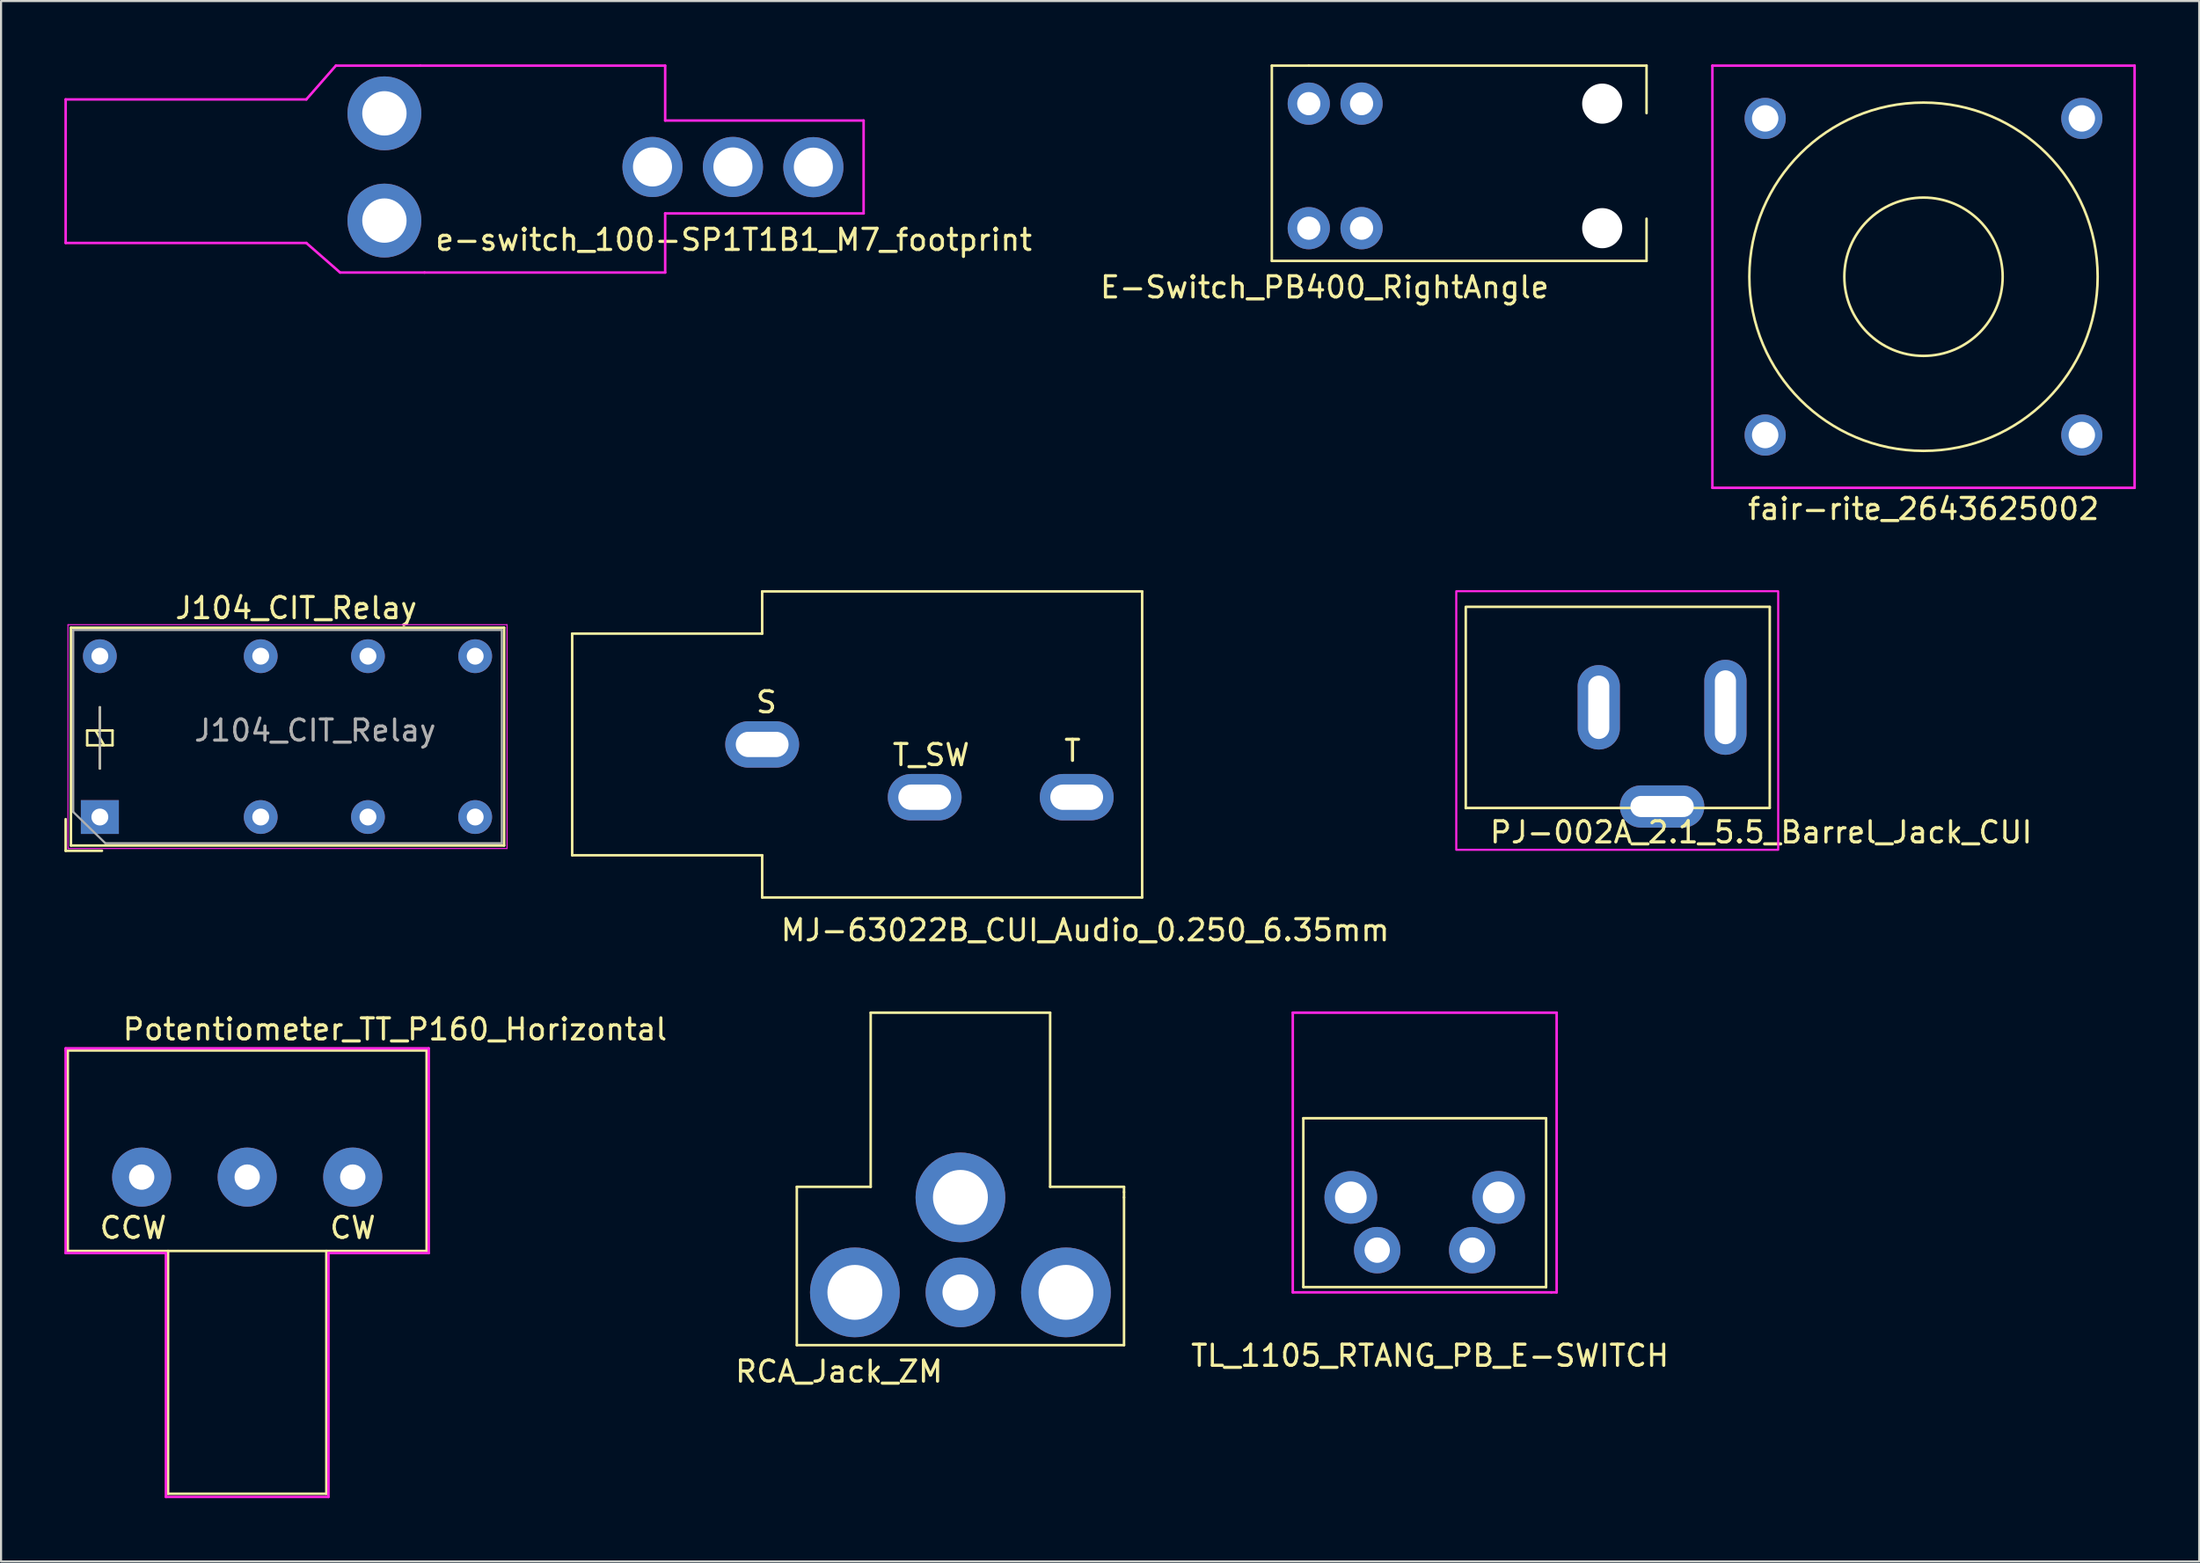
<source format=kicad_pcb>
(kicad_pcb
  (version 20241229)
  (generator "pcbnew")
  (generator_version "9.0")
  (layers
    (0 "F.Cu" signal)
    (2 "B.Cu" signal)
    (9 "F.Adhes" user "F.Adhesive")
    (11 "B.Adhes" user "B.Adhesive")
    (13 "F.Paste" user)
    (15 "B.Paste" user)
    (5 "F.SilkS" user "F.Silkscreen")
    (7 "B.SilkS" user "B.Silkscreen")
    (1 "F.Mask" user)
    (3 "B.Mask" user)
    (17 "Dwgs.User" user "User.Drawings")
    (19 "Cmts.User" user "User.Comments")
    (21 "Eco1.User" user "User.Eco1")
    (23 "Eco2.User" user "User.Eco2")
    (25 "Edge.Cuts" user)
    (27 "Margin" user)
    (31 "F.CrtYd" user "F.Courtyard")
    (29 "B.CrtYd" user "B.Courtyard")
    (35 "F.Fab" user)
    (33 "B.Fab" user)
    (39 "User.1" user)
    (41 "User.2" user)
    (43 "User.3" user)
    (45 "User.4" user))
  (footprint "RCA_Jack_ZM"
    (layer "F.Cu")
    (at 42.446 58.176)
    (property "Reference" "RCA_Jack_ZM" (at -5.75 3.75 0) (layer "F.SilkS") (effects (font (size 1 1) (thickness 0.15))))
    (attr through_hole)
    (fp_line (start -7.75 -5) (end -7.75 2.5) (stroke (width 0.12) (type solid)) (layer "F.SilkS"))
    (fp_line (start -7.75 2.5) (end 7.75 2.5) (stroke (width 0.12) (type solid)) (layer "F.SilkS"))
    (fp_line (start -4.25 -13.25) (end -4.25 -5) (stroke (width 0.12) (type solid)) (layer "F.SilkS"))
    (fp_line (start -4.25 -13.25) (end 4.25 -13.25) (stroke (width 0.12) (type solid)) (layer "F.SilkS"))
    (fp_line (start -4.25 -5) (end -7.75 -5) (stroke (width 0.12) (type solid)) (layer "F.SilkS"))
    (fp_line (start 4.25 -13.25) (end 4.25 -5) (stroke (width 0.12) (type solid)) (layer "F.SilkS"))
    (fp_line (start 7.75 -5) (end 4.25 -5) (stroke (width 0.12) (type solid)) (layer "F.SilkS"))
    (fp_line (start 7.75 -4.75) (end 7.75 -5) (stroke (width 0.12) (type solid)) (layer "F.SilkS"))
    (fp_line (start 7.75 -4.5) (end 7.75 -4.75) (stroke (width 0.12) (type solid)) (layer "F.SilkS"))
    (fp_line (start 7.75 2.5) (end 7.75 -4.5) (stroke (width 0.12) (type solid)) (layer "F.SilkS"))
    (pad "1" thru_hole circle (at 0 0) (size 3.3 3.3) (drill 1.7) (layers "*.Cu" "*.Mask"))
    (pad "2" thru_hole circle (at -5 0) (size 4.25 4.25) (drill 2.6) (layers "*.Cu" "*.Mask"))
    (pad "2" thru_hole circle (at 0 -4.5) (size 4.25 4.25) (drill 2.6) (layers "*.Cu" "*.Mask"))
    (pad "2" thru_hole circle (at 5 0) (size 4.25 4.25) (drill 2.6) (layers "*.Cu" "*.Mask")))
  (footprint "PJ-002A_2.1_5.5_Barrel_Jack_CUI"
    (layer "F.Cu")
    (at 78.685 30.458)
    (property "Reference" "PJ-002A_2.1_5.5_Barrel_Jack_CUI" (at 1.69 5.92 0) (layer "F.SilkS") (effects (font (size 1 1) (thickness 0.15))))
    (attr through_hole)
    (fp_line (start -12.3 4.78) (end -12.3 -4.72) (stroke (width 0.12) (type solid)) (layer "F.SilkS"))
    (fp_line (start 2.1 -4.76) (end -12.3 -4.76) (stroke (width 0.12) (type solid)) (layer "F.SilkS"))
    (fp_line (start 2.1 4.75) (end 2.1 -4.75) (stroke (width 0.12) (type solid)) (layer "F.SilkS"))
    (fp_line (start 2.1 4.77) (end -12.3 4.77) (stroke (width 0.12) (type solid)) (layer "F.SilkS"))
    (fp_poly (pts (xy 2.5 6.75) (xy -12.75 6.75) (xy -12.75 -5.5) (xy 2.5 -5.5)) (stroke (width 0.1) (type solid)) (fill no) (layer "F.CrtYd"))
    (pad "1" thru_hole oval (at 0 0) (size 2 4.5) (drill oval 1 3.5) (layers "*.Cu" "*.Mask"))
    (pad "2" thru_hole oval (at -6 0) (size 2 4) (drill oval 1 3) (layers "*.Cu" "*.Mask"))
    (pad "3" thru_hole oval (at -3 4.7 90) (size 2 4) (drill oval 1 3) (layers "*.Cu" "*.Mask")))
  (footprint "J104_CIT_Relay"
    (layer "F.Cu")
    (at 1.68 35.657)
    (property "Reference" "J104_CIT_Relay" (at 9.3 -9.9 0) (layer "F.SilkS") (effects (font (size 1 1) (thickness 0.15))))
    (attr through_hole)
    (fp_line (start -1.62 1.6) (end -1.62 0.1) (stroke (width 0.12) (type solid)) (layer "F.SilkS"))
    (fp_line (start -1.37 -8.97) (end 19.15 -8.97) (stroke (width 0.12) (type solid)) (layer "F.SilkS"))
    (fp_line (start -1.37 1.35) (end -1.37 -8.97) (stroke (width 0.12) (type solid)) (layer "F.SilkS"))
    (fp_line (start -0.6 -4.1) (end -0.6 -3.4) (stroke (width 0.12) (type solid)) (layer "F.SilkS"))
    (fp_line (start -0.6 -3.4) (end 0.6 -3.4) (stroke (width 0.12) (type solid)) (layer "F.SilkS"))
    (fp_line (start 0 -4.1) (end 0 -5.2) (stroke (width 0.12) (type solid)) (layer "F.SilkS"))
    (fp_line (start 0 -3.4) (end 0 -2.3) (stroke (width 0.12) (type solid)) (layer "F.SilkS"))
    (fp_line (start 0.1 1.6) (end -1.62 1.6) (stroke (width 0.12) (type solid)) (layer "F.SilkS"))
    (fp_line (start 0.2 -3.4) (end -0.2 -4.1) (stroke (width 0.12) (type solid)) (layer "F.SilkS"))
    (fp_line (start 0.6 -4.1) (end -0.6 -4.1) (stroke (width 0.12) (type solid)) (layer "F.SilkS"))
    (fp_line (start 0.6 -3.4) (end 0.6 -4.1) (stroke (width 0.12) (type solid)) (layer "F.SilkS"))
    (fp_line (start 19.15 -8.97) (end 19.15 1.35) (stroke (width 0.12) (type solid)) (layer "F.SilkS"))
    (fp_line (start 19.15 1.35) (end -1.37 1.35) (stroke (width 0.12) (type solid)) (layer "F.SilkS"))
    (fp_line (start -1.51 -9.11) (end -1.51 1.49) (stroke (width 0.05) (type solid)) (layer "F.CrtYd"))
    (fp_line (start -1.51 -9.11) (end 19.29 -9.11) (stroke (width 0.05) (type solid)) (layer "F.CrtYd"))
    (fp_line (start 19.29 1.49) (end -1.51 1.49) (stroke (width 0.05) (type solid)) (layer "F.CrtYd"))
    (fp_line (start 19.29 1.49) (end 19.29 -9.11) (stroke (width 0.05) (type solid)) (layer "F.CrtYd"))
    (fp_line (start -1.26 -8.86) (end 19.04 -8.86) (stroke (width 0.1) (type solid)) (layer "F.Fab"))
    (fp_line (start -1.26 -0.24) (end -1.26 -8.86) (stroke (width 0.1) (type solid)) (layer "F.Fab"))
    (fp_line (start 0 -2.3) (end 0 -5.2) (stroke (width 0.1) (type solid)) (layer "F.Fab"))
    (fp_line (start 0.26 1.24) (end -1.26 -0.24) (stroke (width 0.1) (type solid)) (layer "F.Fab"))
    (fp_line (start 19.04 -8.86) (end 19.04 1.24) (stroke (width 0.1) (type solid)) (layer "F.Fab"))
    (fp_line (start 19.04 1.24) (end 0.26 1.24) (stroke (width 0.1) (type solid)) (layer "F.Fab"))
    (fp_text user "${REFERENCE}" (at 10.2 -4.1 180) (layer "F.Fab") (effects (font (size 1 1) (thickness 0.15))))
    (pad "1" thru_hole rect (at 0 0 90) (size 1.6 1.8) (drill 0.8) (layers "*.Cu" "*.Mask"))
    (pad "2" thru_hole circle (at 7.62 0 90) (size 1.6 1.6) (drill 0.8) (layers "*.Cu" "*.Mask"))
    (pad "3" thru_hole circle (at 12.7 0 90) (size 1.6 1.6) (drill 0.8) (layers "*.Cu" "*.Mask"))
    (pad "4" thru_hole circle (at 17.78 0 90) (size 1.6 1.6) (drill 0.8) (layers "*.Cu" "*.Mask"))
    (pad "5" thru_hole circle (at 17.78 -7.62 180) (size 1.6 1.6) (drill 0.8) (layers "*.Cu" "*.Mask"))
    (pad "6" thru_hole circle (at 12.7 -7.62 90) (size 1.6 1.6) (drill 0.8) (layers "*.Cu" "*.Mask"))
    (pad "7" thru_hole circle (at 7.62 -7.62 90) (size 1.6 1.6) (drill 0.8) (layers "*.Cu" "*.Mask"))
    (pad "8" thru_hole circle (at 0 -7.62 90) (size 1.6 1.6) (drill 0.8) (layers "*.Cu" "*.Mask")))
  (footprint "Potentiometer_TT_P160_Horizontal"
    (layer "F.Cu")
    (at 8.66 52.715)
    (property "Reference" "Potentiometer_TT_P160_Horizontal" (at 7 -7 0) (layer "F.SilkS") (effects (font (size 1 1) (thickness 0.15))))
    (attr through_hole)
    (fp_line (start -8.5 -6) (end -8.5 3.5) (stroke (width 0.12) (type solid)) (layer "F.SilkS"))
    (fp_line (start -8.5 -6) (end 8.5 -6) (stroke (width 0.12) (type solid)) (layer "F.SilkS"))
    (fp_line (start -8.5 3.5) (end 8.5 3.5) (stroke (width 0.12) (type solid)) (layer "F.SilkS"))
    (fp_line (start -3.75 15) (end -3.75 3.5) (stroke (width 0.12) (type solid)) (layer "F.SilkS"))
    (fp_line (start -3.75 15) (end 3.75 15) (stroke (width 0.12) (type solid)) (layer "F.SilkS"))
    (fp_line (start 3.75 15) (end 3.75 3.5) (stroke (width 0.12) (type solid)) (layer "F.SilkS"))
    (fp_line (start 8.5 -6) (end 8.5 3.5) (stroke (width 0.12) (type solid)) (layer "F.SilkS"))
    (fp_line (start -8.6 -6.1) (end -8.6 -6) (stroke (width 0.12) (type solid)) (layer "F.CrtYd"))
    (fp_line (start -8.6 -6) (end -8.6 3.6) (stroke (width 0.12) (type solid)) (layer "F.CrtYd"))
    (fp_line (start -8.6 3.6) (end -3.85 3.6) (stroke (width 0.12) (type solid)) (layer "F.CrtYd"))
    (fp_line (start -3.85 3.65) (end -3.85 15.15) (stroke (width 0.12) (type solid)) (layer "F.CrtYd"))
    (fp_line (start -3.85 15.15) (end 3.85 15.15) (stroke (width 0.12) (type solid)) (layer "F.CrtYd"))
    (fp_line (start 3.85 3.6) (end 8.6 3.6) (stroke (width 0.12) (type solid)) (layer "F.CrtYd"))
    (fp_line (start 3.85 15.15) (end 3.85 3.6) (stroke (width 0.12) (type solid)) (layer "F.CrtYd"))
    (fp_line (start 8.6 -6.1) (end -8.6 -6.1) (stroke (width 0.12) (type solid)) (layer "F.CrtYd"))
    (fp_line (start 8.6 3.6) (end 8.6 -6.1) (stroke (width 0.12) (type solid)) (layer "F.CrtYd"))
    (fp_text user "CCW" (at -5.4 2.4 0) (layer "F.SilkS") (effects (font (size 1 1) (thickness 0.15))))
    (fp_text user "CW" (at 5 2.4 0) (layer "F.SilkS") (effects (font (size 1 1) (thickness 0.15))))
    (pad "1" thru_hole circle (at -5 0) (size 2.8 2.8) (drill 1.2) (layers "*.Cu" "*.Mask"))
    (pad "2" thru_hole circle (at 0 0) (size 2.8 2.8) (drill 1.2) (layers "*.Cu" "*.Mask"))
    (pad "3" thru_hole circle (at 5 0) (size 2.8 2.8) (drill 1.2) (layers "*.Cu" "*.Mask")))
  (footprint "e-switch_100-SP1T1B1_M7_footprint"
    (layer "F.Cu")
    (at 27.86 4.86)
    (property "Reference" "e-switch_100-SP1T1B1_M7_footprint" (at 3.85 3.45 0) (layer "F.SilkS") (effects (font (size 1 1) (thickness 0.15))))
    (attr through_hole)
    (fp_line (start -27.8 3.6) (end -27.8 -3.2) (stroke (width 0.12) (type solid)) (layer "F.CrtYd"))
    (fp_line (start -16.4 -3.2) (end -27.8 -3.2) (stroke (width 0.12) (type solid)) (layer "F.CrtYd"))
    (fp_line (start -16.4 3.6) (end -27.8 3.6) (stroke (width 0.12) (type solid)) (layer "F.CrtYd"))
    (fp_line (start -15 -4.8) (end -16.4 -3.2) (stroke (width 0.12) (type solid)) (layer "F.CrtYd"))
    (fp_line (start -14.8 5) (end -16.4 3.6) (stroke (width 0.12) (type solid)) (layer "F.CrtYd"))
    (fp_line (start -14.8 5) (end -10.8 5) (stroke (width 0.12) (type solid)) (layer "F.CrtYd"))
    (fp_line (start -11 -4.8) (end -15 -4.8) (stroke (width 0.12) (type solid)) (layer "F.CrtYd"))
    (fp_line (start -11 -4.8) (end 0.6 -4.8) (stroke (width 0.12) (type solid)) (layer "F.CrtYd"))
    (fp_line (start -10.8 5) (end 0.6 5) (stroke (width 0.12) (type solid)) (layer "F.CrtYd"))
    (fp_line (start 0.6 -4.8) (end 0.6 -2.2) (stroke (width 0.12) (type solid)) (layer "F.CrtYd"))
    (fp_line (start 0.6 -2.2) (end 10 -2.2) (stroke (width 0.12) (type solid)) (layer "F.CrtYd"))
    (fp_line (start 0.6 2.2) (end 0.6 5) (stroke (width 0.12) (type solid)) (layer "F.CrtYd"))
    (fp_line (start 10 -2.2) (end 10 2.2) (stroke (width 0.12) (type solid)) (layer "F.CrtYd"))
    (fp_line (start 10 2.2) (end 0.6 2.2) (stroke (width 0.12) (type solid)) (layer "F.CrtYd"))
    (pad "1" thru_hole circle (at 0 0) (size 2.85 2.85) (drill 1.85) (layers "*.Cu" "*.Mask"))
    (pad "2" thru_hole circle (at 3.81 0) (size 2.85 2.85) (drill 1.85) (layers "*.Cu" "*.Mask"))
    (pad "3" thru_hole circle (at 7.62 0.01) (size 2.85 2.85) (drill 1.85) (layers "*.Cu" "*.Mask"))
    (pad "MH" thru_hole circle (at -12.7 -2.54) (size 3.5 3.5) (drill 2.1) (layers "*.Cu" "*.Mask"))
    (pad "MH" thru_hole circle (at -12.7 2.54) (size 3.5 3.5) (drill 2.1) (layers "*.Cu" "*.Mask")))
  (footprint "TL_1105_RTANG_PB_E-SWITCH"
    (layer "F.Cu")
    (at 64.44 56.176)
    (property "Reference" "TL_1105_RTANG_PB_E-SWITCH" (at 0.25 5 0) (layer "F.SilkS") (effects (font (size 1 1) (thickness 0.15))))
    (attr through_hole)
    (fp_line (start -5.75 -6.25) (end 5.75 -6.25) (stroke (width 0.12) (type solid)) (layer "F.SilkS"))
    (fp_line (start -5.75 1.75) (end -5.75 -6.25) (stroke (width 0.12) (type solid)) (layer "F.SilkS"))
    (fp_line (start 5.75 -6.25) (end 5.75 1.75) (stroke (width 0.12) (type solid)) (layer "F.SilkS"))
    (fp_line (start 5.75 1.75) (end -5.75 1.75) (stroke (width 0.12) (type solid)) (layer "F.SilkS"))
    (fp_line (start -6.25 -11.25) (end 6.25 -11.25) (stroke (width 0.12) (type solid)) (layer "F.CrtYd"))
    (fp_line (start -6.25 2) (end -6.25 -11.25) (stroke (width 0.12) (type solid)) (layer "F.CrtYd"))
    (fp_line (start 6 2) (end -6.25 2) (stroke (width 0.12) (type solid)) (layer "F.CrtYd"))
    (fp_line (start 6.25 -11.25) (end 6.25 2) (stroke (width 0.12) (type solid)) (layer "F.CrtYd"))
    (fp_line (start 6.25 2) (end 6 2) (stroke (width 0.12) (type solid)) (layer "F.CrtYd"))
    (pad "1" thru_hole circle (at -2.25 0) (size 2.2 2.2) (drill 1.2) (layers "*.Cu" "*.Mask"))
    (pad "2" thru_hole circle (at 2.25 0) (size 2.2 2.2) (drill 1.2) (layers "*.Cu" "*.Mask"))
    (pad "3" thru_hole circle (at -3.5 -2.5) (size 2.5 2.5) (drill 1.5) (layers "*.Cu" "*.Mask"))
    (pad "4" thru_hole circle (at 3.5 -2.5) (size 2.5 2.5) (drill 1.5) (layers "*.Cu" "*.Mask")))
  (footprint "E-Switch_PB400_RightAngle"
    (layer "F.Cu")
    (at 58.948 4.81)
    (property "Reference" "E-Switch_PB400_RightAngle" (at 0.75 5.75 0) (layer "F.SilkS") (effects (font (size 1 1) (thickness 0.15))))
    (attr through_hole)
    (fp_line (start -1.75 -4.75) (end -1.75 4.5) (stroke (width 0.12) (type solid)) (layer "F.SilkS"))
    (fp_line (start -1.75 4.5) (end 16 4.5) (stroke (width 0.12) (type solid)) (layer "F.SilkS"))
    (fp_line (start 0 -4.75) (end -1.75 -4.75) (stroke (width 0.12) (type solid)) (layer "F.SilkS"))
    (fp_line (start 0 -4.75) (end 16 -4.75) (stroke (width 0.12) (type solid)) (layer "F.SilkS"))
    (fp_line (start 16 -4.75) (end 16 -2.5) (stroke (width 0.12) (type solid)) (layer "F.SilkS"))
    (fp_line (start 16 4.5) (end 16 2.5) (stroke (width 0.12) (type solid)) (layer "F.SilkS"))
    (pad "" np_thru_hole circle (at 13.9 -2.95) (size 1.9 1.9) (drill 1.9) (layers "*.Cu" "*.Mask"))
    (pad "" np_thru_hole circle (at 13.9 2.95) (size 1.9 1.9) (drill 1.9) (layers "*.Cu" "*.Mask"))
    (pad "1" thru_hole circle (at 0 -2.95) (size 2 2) (drill 1.1) (layers "*.Cu" "*.Mask"))
    (pad "1" thru_hole circle (at 0 2.95) (size 2 2) (drill 1.1) (layers "*.Cu" "*.Mask"))
    (pad "2" thru_hole circle (at 2.5 -2.95) (size 2 2) (drill 1.1) (layers "*.Cu" "*.Mask"))
    (pad "3" thru_hole circle (at 2.5 2.95) (size 2 2) (drill 1.1) (layers "*.Cu" "*.Mask")))
  (footprint "fair-rite_2643625002"
    (layer "F.Cu")
    (at 88.068 10.06)
    (property "Reference" "fair-rite_2643625002" (at 0 11 0) (layer "F.SilkS") (effects (font (size 1 1) (thickness 0.15))))
    (attr through_hole)
    (fp_circle (center 0 0) (end 3.75 0) (stroke (width 0.12) (type solid)) (fill no) (layer "F.SilkS"))
    (fp_circle (center 0 0) (end 8.25 0) (stroke (width 0.12) (type solid)) (fill no) (layer "F.SilkS"))
    (fp_line (start -10 -10) (end -10 10) (stroke (width 0.12) (type solid)) (layer "F.CrtYd"))
    (fp_line (start -10 -10) (end 10 -10) (stroke (width 0.12) (type solid)) (layer "F.CrtYd"))
    (fp_line (start -10 10) (end 10 10) (stroke (width 0.12) (type solid)) (layer "F.CrtYd"))
    (fp_line (start 10 -10) (end 10 10) (stroke (width 0.12) (type solid)) (layer "F.CrtYd"))
    (pad "Pad 1" thru_hole circle (at -7.5 -7.5) (size 1.95 1.95) (drill 1.25) (layers "*.Cu" "*.Mask"))
    (pad "Pad 2" thru_hole circle (at -7.5 7.5) (size 1.95 1.95) (drill 1.25) (layers "*.Cu" "*.Mask"))
    (pad "Pad 3" thru_hole circle (at 7.5 -7.5) (size 1.95 1.95) (drill 1.25) (layers "*.Cu" "*.Mask"))
    (pad "Pad 4" thru_hole circle (at 7.5 7.5) (size 1.95 1.95) (drill 1.25) (layers "*.Cu" "*.Mask")))
  (footprint "MJ-63022B_CUI_Audio_0.250_6.35mm"
    (layer "F.Cu")
    (at 33.055 32.218)
    (property "Reference" "MJ-63022B_CUI_Audio_0.250_6.35mm" (at 15.3 8.8 0) (layer "F.SilkS") (effects (font (size 1 1) (thickness 0.15))))
    (attr through_hole)
    (fp_line (start -9 -5.25) (end -9 5.25) (stroke (width 0.12) (type solid)) (layer "F.SilkS"))
    (fp_line (start 0 -7.25) (end 18 -7.25) (stroke (width 0.12) (type solid)) (layer "F.SilkS"))
    (fp_line (start 0 -5.25) (end -9 -5.25) (stroke (width 0.12) (type solid)) (layer "F.SilkS"))
    (fp_line (start 0 -5.25) (end 0 -7.25) (stroke (width 0.12) (type solid)) (layer "F.SilkS"))
    (fp_line (start 0 5.25) (end -9 5.25) (stroke (width 0.12) (type solid)) (layer "F.SilkS"))
    (fp_line (start 0 5.25) (end 0 7.25) (stroke (width 0.12) (type solid)) (layer "F.SilkS"))
    (fp_line (start 18 -7.25) (end 18 7.25) (stroke (width 0.12) (type solid)) (layer "F.SilkS"))
    (fp_line (start 18 7.25) (end 0 7.25) (stroke (width 0.12) (type solid)) (layer "F.SilkS"))
    (fp_text user "S" (at 0.2 -2 0) (layer "F.SilkS") (effects (font (size 1 1) (thickness 0.15))))
    (fp_text user "T_SW" (at 8 0.5 0) (layer "F.SilkS") (effects (font (size 1 1) (thickness 0.15))))
    (fp_text user "T" (at 14.7 0.3 0) (layer "F.SilkS") (effects (font (size 1 1) (thickness 0.15))))
    (pad "S" thru_hole oval (at 0 0) (size 3.5 2.2) (drill oval 2.5 1.2) (layers "*.Cu" "*.Mask"))
    (pad "T" thru_hole oval (at 14.9 2.5) (size 3.5 2.2) (drill oval 2.5 1.2) (layers "*.Cu" "*.Mask"))
    (pad "TN" thru_hole oval (at 7.7 2.5) (size 3.5 2.2) (drill oval 2.5 1.2) (layers "*.Cu" "*.Mask")))
  (gr_rect
    (start -3 -3)
    (end 101.128 70.925)
    (stroke (width 0.1) (type default))
    (fill no)
    (layer "Edge.Cuts")))
</source>
